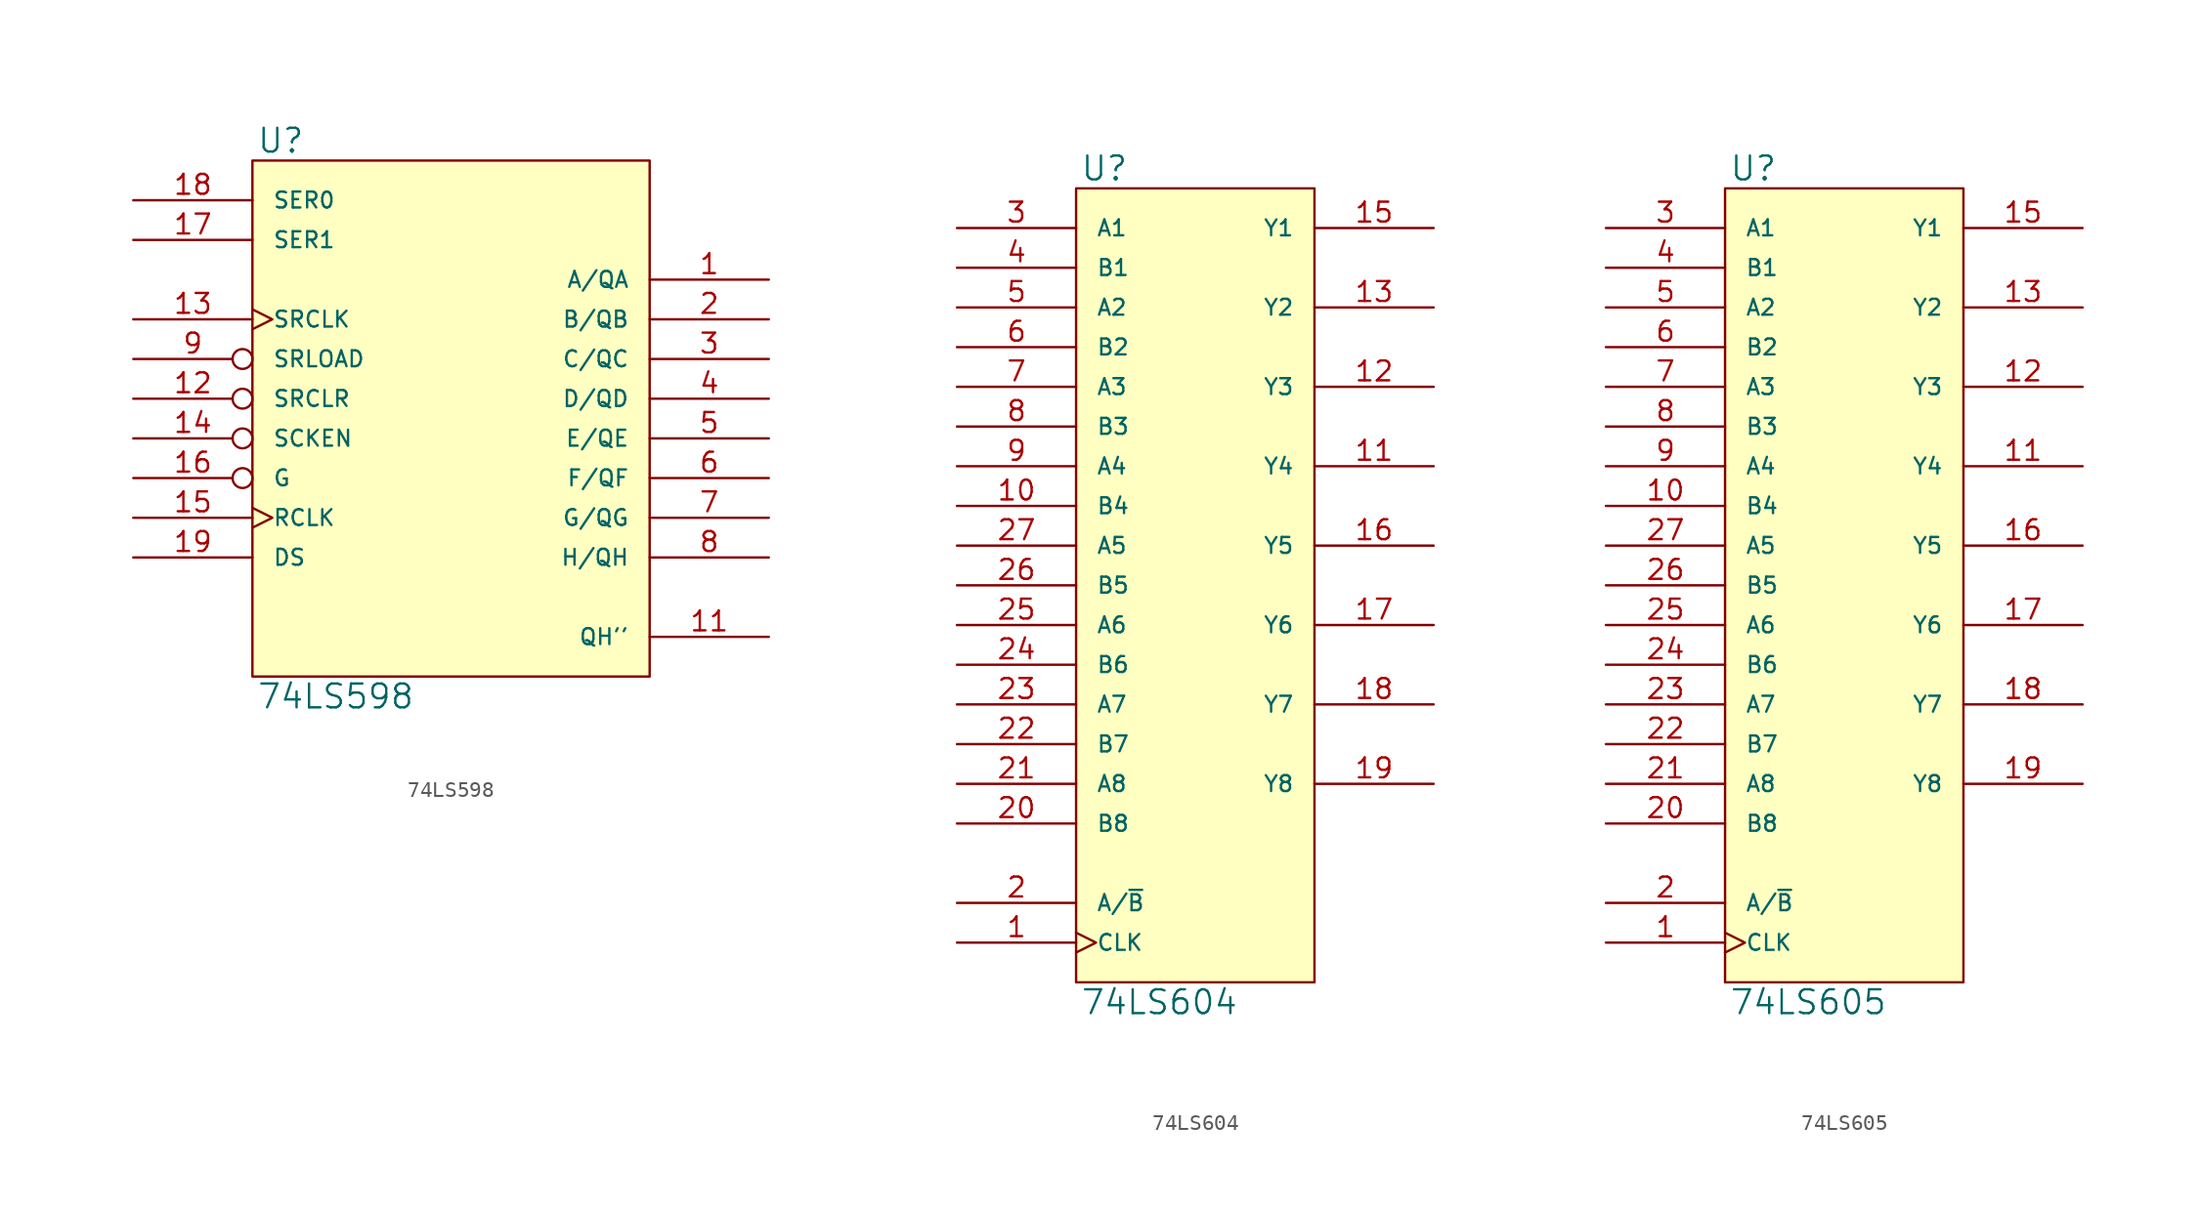
<source format=kicad_sym>
(kicad_symbol_lib
  (version 20231120)
  (generator "kicad_symbol_editor")
  (generator_version "8.0")
  (symbol "74LS598"
    (pin_names
      (offset 1.27))
    (property "Reference" "U"
      (at 0.254 0.381 0)
      (effects (font (size 1.524 1.524)) (justify left bottom)))
    (property "Value" "74LS598"
      (at 0.254 -33.401 0)
      (effects (font (size 1.524 1.524)) (justify left top)))
    (symbol "74LS598_0_1"
      (rectangle (start 0 0) (end 25.4 -33.02) (stroke (width 0) (type solid)) (fill (type background))))
    (symbol "74LS598_1_1"
      (pin bidirectional line (at 33.02 -7.62 180) (length 7.62) (name "A/QA" (effects (font (size 1.016 1.016)))) (number "1" (effects (font (size 1.27 1.27)))))
      (pin power_in line (at 0 -33.02 90) (length 0) hide (name "GND" (effects (font (size 1.016 1.016)))) (number "10" (effects (font (size 1.27 1.27)))))
      (pin output line (at 33.02 -30.48 180) (length 7.62) (name "QH''" (effects (font (size 1.016 1.016)))) (number "11" (effects (font (size 1.27 1.27)))))
      (pin input inverted (at -7.62 -15.24 0) (length 7.62) (name "SRCLR" (effects (font (size 1.016 1.016)))) (number "12" (effects (font (size 1.27 1.27)))))
      (pin input clock (at -7.62 -10.16 0) (length 7.62) (name "SRCLK" (effects (font (size 1.016 1.016)))) (number "13" (effects (font (size 1.27 1.27)))))
      (pin input inverted (at -7.62 -17.78 0) (length 7.62) (name "SCKEN" (effects (font (size 1.016 1.016)))) (number "14" (effects (font (size 1.27 1.27)))))
      (pin input clock (at -7.62 -22.86 0) (length 7.62) (name "RCLK" (effects (font (size 1.016 1.016)))) (number "15" (effects (font (size 1.27 1.27)))))
      (pin input inverted (at -7.62 -20.32 0) (length 7.62) (name "G" (effects (font (size 1.016 1.016)))) (number "16" (effects (font (size 1.27 1.27)))))
      (pin input line (at -7.62 -5.08 0) (length 7.62) (name "SER1" (effects (font (size 1.016 1.016)))) (number "17" (effects (font (size 1.27 1.27)))))
      (pin input line (at -7.62 -2.54 0) (length 7.62) (name "SER0" (effects (font (size 1.016 1.016)))) (number "18" (effects (font (size 1.27 1.27)))))
      (pin input line (at -7.62 -25.4 0) (length 7.62) (name "DS" (effects (font (size 1.016 1.016)))) (number "19" (effects (font (size 1.27 1.27)))))
      (pin bidirectional line (at 33.02 -10.16 180) (length 7.62) (name "B/QB" (effects (font (size 1.016 1.016)))) (number "2" (effects (font (size 1.27 1.27)))))
      (pin power_in line (at 0 0 270) (length 0) hide (name "VCC" (effects (font (size 1.016 1.016)))) (number "20" (effects (font (size 1.27 1.27)))))
      (pin bidirectional line (at 33.02 -12.7 180) (length 7.62) (name "C/QC" (effects (font (size 1.016 1.016)))) (number "3" (effects (font (size 1.27 1.27)))))
      (pin bidirectional line (at 33.02 -15.24 180) (length 7.62) (name "D/QD" (effects (font (size 1.016 1.016)))) (number "4" (effects (font (size 1.27 1.27)))))
      (pin bidirectional line (at 33.02 -17.78 180) (length 7.62) (name "E/QE" (effects (font (size 1.016 1.016)))) (number "5" (effects (font (size 1.27 1.27)))))
      (pin bidirectional line (at 33.02 -20.32 180) (length 7.62) (name "F/QF" (effects (font (size 1.016 1.016)))) (number "6" (effects (font (size 1.27 1.27)))))
      (pin bidirectional line (at 33.02 -22.86 180) (length 7.62) (name "G/QG" (effects (font (size 1.016 1.016)))) (number "7" (effects (font (size 1.27 1.27)))))
      (pin bidirectional line (at 33.02 -25.4 180) (length 7.62) (name "H/QH" (effects (font (size 1.016 1.016)))) (number "8" (effects (font (size 1.27 1.27)))))
      (pin input inverted (at -7.62 -12.7 0) (length 7.62) (name "SRLOAD" (effects (font (size 1.016 1.016)))) (number "9" (effects (font (size 1.27 1.27)))))))
  (symbol "74LS604"
    (pin_names
      (offset 1.27))
    (property "Reference" "U"
      (at 0.254 0.381 0)
      (effects (font (size 1.524 1.524)) (justify left bottom)))
    (property "Value" "74LS604"
      (at 0.254 -51.181 0)
      (effects (font (size 1.524 1.524)) (justify left top)))
    (symbol "74LS604_0_1"
      (rectangle (start 0 0) (end 15.24 -50.8) (stroke (width 0) (type solid)) (fill (type background))))
    (symbol "74LS604_1_1"
      (pin input clock (at -7.62 -48.26 0) (length 7.62) (name "CLK" (effects (font (size 1.016 1.016)))) (number "1" (effects (font (size 1.27 1.27)))))
      (pin input line (at -7.62 -20.32 0) (length 7.62) (name "B4" (effects (font (size 1.016 1.016)))) (number "10" (effects (font (size 1.27 1.27)))))
      (pin tri_state line (at 22.86 -17.78 180) (length 7.62) (name "Y4" (effects (font (size 1.016 1.016)))) (number "11" (effects (font (size 1.27 1.27)))))
      (pin tri_state line (at 22.86 -12.7 180) (length 7.62) (name "Y3" (effects (font (size 1.016 1.016)))) (number "12" (effects (font (size 1.27 1.27)))))
      (pin tri_state line (at 22.86 -7.62 180) (length 7.62) (name "Y2" (effects (font (size 1.016 1.016)))) (number "13" (effects (font (size 1.27 1.27)))))
      (pin power_in line (at 0 -50.8 90) (length 0) hide (name "GND" (effects (font (size 1.016 1.016)))) (number "14" (effects (font (size 1.27 1.27)))))
      (pin tri_state line (at 22.86 -2.54 180) (length 7.62) (name "Y1" (effects (font (size 1.016 1.016)))) (number "15" (effects (font (size 1.27 1.27)))))
      (pin tri_state line (at 22.86 -22.86 180) (length 7.62) (name "Y5" (effects (font (size 1.016 1.016)))) (number "16" (effects (font (size 1.27 1.27)))))
      (pin tri_state line (at 22.86 -27.94 180) (length 7.62) (name "Y6" (effects (font (size 1.016 1.016)))) (number "17" (effects (font (size 1.27 1.27)))))
      (pin tri_state line (at 22.86 -33.02 180) (length 7.62) (name "Y7" (effects (font (size 1.016 1.016)))) (number "18" (effects (font (size 1.27 1.27)))))
      (pin tri_state line (at 22.86 -38.1 180) (length 7.62) (name "Y8" (effects (font (size 1.016 1.016)))) (number "19" (effects (font (size 1.27 1.27)))))
      (pin input line (at -7.62 -45.72 0) (length 7.62) (name "A/~{B}" (effects (font (size 1.016 1.016)))) (number "2" (effects (font (size 1.27 1.27)))))
      (pin input line (at -7.62 -40.64 0) (length 7.62) (name "B8" (effects (font (size 1.016 1.016)))) (number "20" (effects (font (size 1.27 1.27)))))
      (pin input line (at -7.62 -38.1 0) (length 7.62) (name "A8" (effects (font (size 1.016 1.016)))) (number "21" (effects (font (size 1.27 1.27)))))
      (pin input line (at -7.62 -35.56 0) (length 7.62) (name "B7" (effects (font (size 1.016 1.016)))) (number "22" (effects (font (size 1.27 1.27)))))
      (pin input line (at -7.62 -33.02 0) (length 7.62) (name "A7" (effects (font (size 1.016 1.016)))) (number "23" (effects (font (size 1.27 1.27)))))
      (pin input line (at -7.62 -30.48 0) (length 7.62) (name "B6" (effects (font (size 1.016 1.016)))) (number "24" (effects (font (size 1.27 1.27)))))
      (pin input line (at -7.62 -27.94 0) (length 7.62) (name "A6" (effects (font (size 1.016 1.016)))) (number "25" (effects (font (size 1.27 1.27)))))
      (pin input line (at -7.62 -25.4 0) (length 7.62) (name "B5" (effects (font (size 1.016 1.016)))) (number "26" (effects (font (size 1.27 1.27)))))
      (pin input line (at -7.62 -22.86 0) (length 7.62) (name "A5" (effects (font (size 1.016 1.016)))) (number "27" (effects (font (size 1.27 1.27)))))
      (pin power_in line (at 0 0 270) (length 0) hide (name "VCC" (effects (font (size 1.016 1.016)))) (number "28" (effects (font (size 1.27 1.27)))))
      (pin input line (at -7.62 -2.54 0) (length 7.62) (name "A1" (effects (font (size 1.016 1.016)))) (number "3" (effects (font (size 1.27 1.27)))))
      (pin input line (at -7.62 -5.08 0) (length 7.62) (name "B1" (effects (font (size 1.016 1.016)))) (number "4" (effects (font (size 1.27 1.27)))))
      (pin input line (at -7.62 -7.62 0) (length 7.62) (name "A2" (effects (font (size 1.016 1.016)))) (number "5" (effects (font (size 1.27 1.27)))))
      (pin input line (at -7.62 -10.16 0) (length 7.62) (name "B2" (effects (font (size 1.016 1.016)))) (number "6" (effects (font (size 1.27 1.27)))))
      (pin input line (at -7.62 -12.7 0) (length 7.62) (name "A3" (effects (font (size 1.016 1.016)))) (number "7" (effects (font (size 1.27 1.27)))))
      (pin input line (at -7.62 -15.24 0) (length 7.62) (name "B3" (effects (font (size 1.016 1.016)))) (number "8" (effects (font (size 1.27 1.27)))))
      (pin input line (at -7.62 -17.78 0) (length 7.62) (name "A4" (effects (font (size 1.016 1.016)))) (number "9" (effects (font (size 1.27 1.27)))))))
  (symbol "74LS605"
    (pin_names
      (offset 1.27))
    (property "Reference" "U"
      (at 0.254 0.381 0)
      (effects (font (size 1.524 1.524)) (justify left bottom)))
    (property "Value" "74LS605"
      (at 0.254 -51.181 0)
      (effects (font (size 1.524 1.524)) (justify left top)))
    (symbol "74LS605_0_1"
      (rectangle (start 0 0) (end 15.24 -50.8) (stroke (width 0) (type solid)) (fill (type background))))
    (symbol "74LS605_1_1"
      (pin input clock (at -7.62 -48.26 0) (length 7.62) (name "CLK" (effects (font (size 1.016 1.016)))) (number "1" (effects (font (size 1.27 1.27)))))
      (pin input line (at -7.62 -20.32 0) (length 7.62) (name "B4" (effects (font (size 1.016 1.016)))) (number "10" (effects (font (size 1.27 1.27)))))
      (pin open_collector line (at 22.86 -17.78 180) (length 7.62) (name "Y4" (effects (font (size 1.016 1.016)))) (number "11" (effects (font (size 1.27 1.27)))))
      (pin open_collector line (at 22.86 -12.7 180) (length 7.62) (name "Y3" (effects (font (size 1.016 1.016)))) (number "12" (effects (font (size 1.27 1.27)))))
      (pin open_collector line (at 22.86 -7.62 180) (length 7.62) (name "Y2" (effects (font (size 1.016 1.016)))) (number "13" (effects (font (size 1.27 1.27)))))
      (pin power_in line (at 0 -50.8 90) (length 0) hide (name "GND" (effects (font (size 1.016 1.016)))) (number "14" (effects (font (size 1.27 1.27)))))
      (pin open_collector line (at 22.86 -2.54 180) (length 7.62) (name "Y1" (effects (font (size 1.016 1.016)))) (number "15" (effects (font (size 1.27 1.27)))))
      (pin open_collector line (at 22.86 -22.86 180) (length 7.62) (name "Y5" (effects (font (size 1.016 1.016)))) (number "16" (effects (font (size 1.27 1.27)))))
      (pin open_collector line (at 22.86 -27.94 180) (length 7.62) (name "Y6" (effects (font (size 1.016 1.016)))) (number "17" (effects (font (size 1.27 1.27)))))
      (pin open_collector line (at 22.86 -33.02 180) (length 7.62) (name "Y7" (effects (font (size 1.016 1.016)))) (number "18" (effects (font (size 1.27 1.27)))))
      (pin open_collector line (at 22.86 -38.1 180) (length 7.62) (name "Y8" (effects (font (size 1.016 1.016)))) (number "19" (effects (font (size 1.27 1.27)))))
      (pin input line (at -7.62 -45.72 0) (length 7.62) (name "A/~{B}" (effects (font (size 1.016 1.016)))) (number "2" (effects (font (size 1.27 1.27)))))
      (pin input line (at -7.62 -40.64 0) (length 7.62) (name "B8" (effects (font (size 1.016 1.016)))) (number "20" (effects (font (size 1.27 1.27)))))
      (pin input line (at -7.62 -38.1 0) (length 7.62) (name "A8" (effects (font (size 1.016 1.016)))) (number "21" (effects (font (size 1.27 1.27)))))
      (pin input line (at -7.62 -35.56 0) (length 7.62) (name "B7" (effects (font (size 1.016 1.016)))) (number "22" (effects (font (size 1.27 1.27)))))
      (pin input line (at -7.62 -33.02 0) (length 7.62) (name "A7" (effects (font (size 1.016 1.016)))) (number "23" (effects (font (size 1.27 1.27)))))
      (pin input line (at -7.62 -30.48 0) (length 7.62) (name "B6" (effects (font (size 1.016 1.016)))) (number "24" (effects (font (size 1.27 1.27)))))
      (pin input line (at -7.62 -27.94 0) (length 7.62) (name "A6" (effects (font (size 1.016 1.016)))) (number "25" (effects (font (size 1.27 1.27)))))
      (pin input line (at -7.62 -25.4 0) (length 7.62) (name "B5" (effects (font (size 1.016 1.016)))) (number "26" (effects (font (size 1.27 1.27)))))
      (pin input line (at -7.62 -22.86 0) (length 7.62) (name "A5" (effects (font (size 1.016 1.016)))) (number "27" (effects (font (size 1.27 1.27)))))
      (pin power_in line (at 0 0 270) (length 0) hide (name "VCC" (effects (font (size 1.016 1.016)))) (number "28" (effects (font (size 1.27 1.27)))))
      (pin input line (at -7.62 -2.54 0) (length 7.62) (name "A1" (effects (font (size 1.016 1.016)))) (number "3" (effects (font (size 1.27 1.27)))))
      (pin input line (at -7.62 -5.08 0) (length 7.62) (name "B1" (effects (font (size 1.016 1.016)))) (number "4" (effects (font (size 1.27 1.27)))))
      (pin input line (at -7.62 -7.62 0) (length 7.62) (name "A2" (effects (font (size 1.016 1.016)))) (number "5" (effects (font (size 1.27 1.27)))))
      (pin input line (at -7.62 -10.16 0) (length 7.62) (name "B2" (effects (font (size 1.016 1.016)))) (number "6" (effects (font (size 1.27 1.27)))))
      (pin input line (at -7.62 -12.7 0) (length 7.62) (name "A3" (effects (font (size 1.016 1.016)))) (number "7" (effects (font (size 1.27 1.27)))))
      (pin input line (at -7.62 -15.24 0) (length 7.62) (name "B3" (effects (font (size 1.016 1.016)))) (number "8" (effects (font (size 1.27 1.27)))))
      (pin input line (at -7.62 -17.78 0) (length 7.62) (name "A4" (effects (font (size 1.016 1.016)))) (number "9" (effects (font (size 1.27 1.27))))))))
</source>
